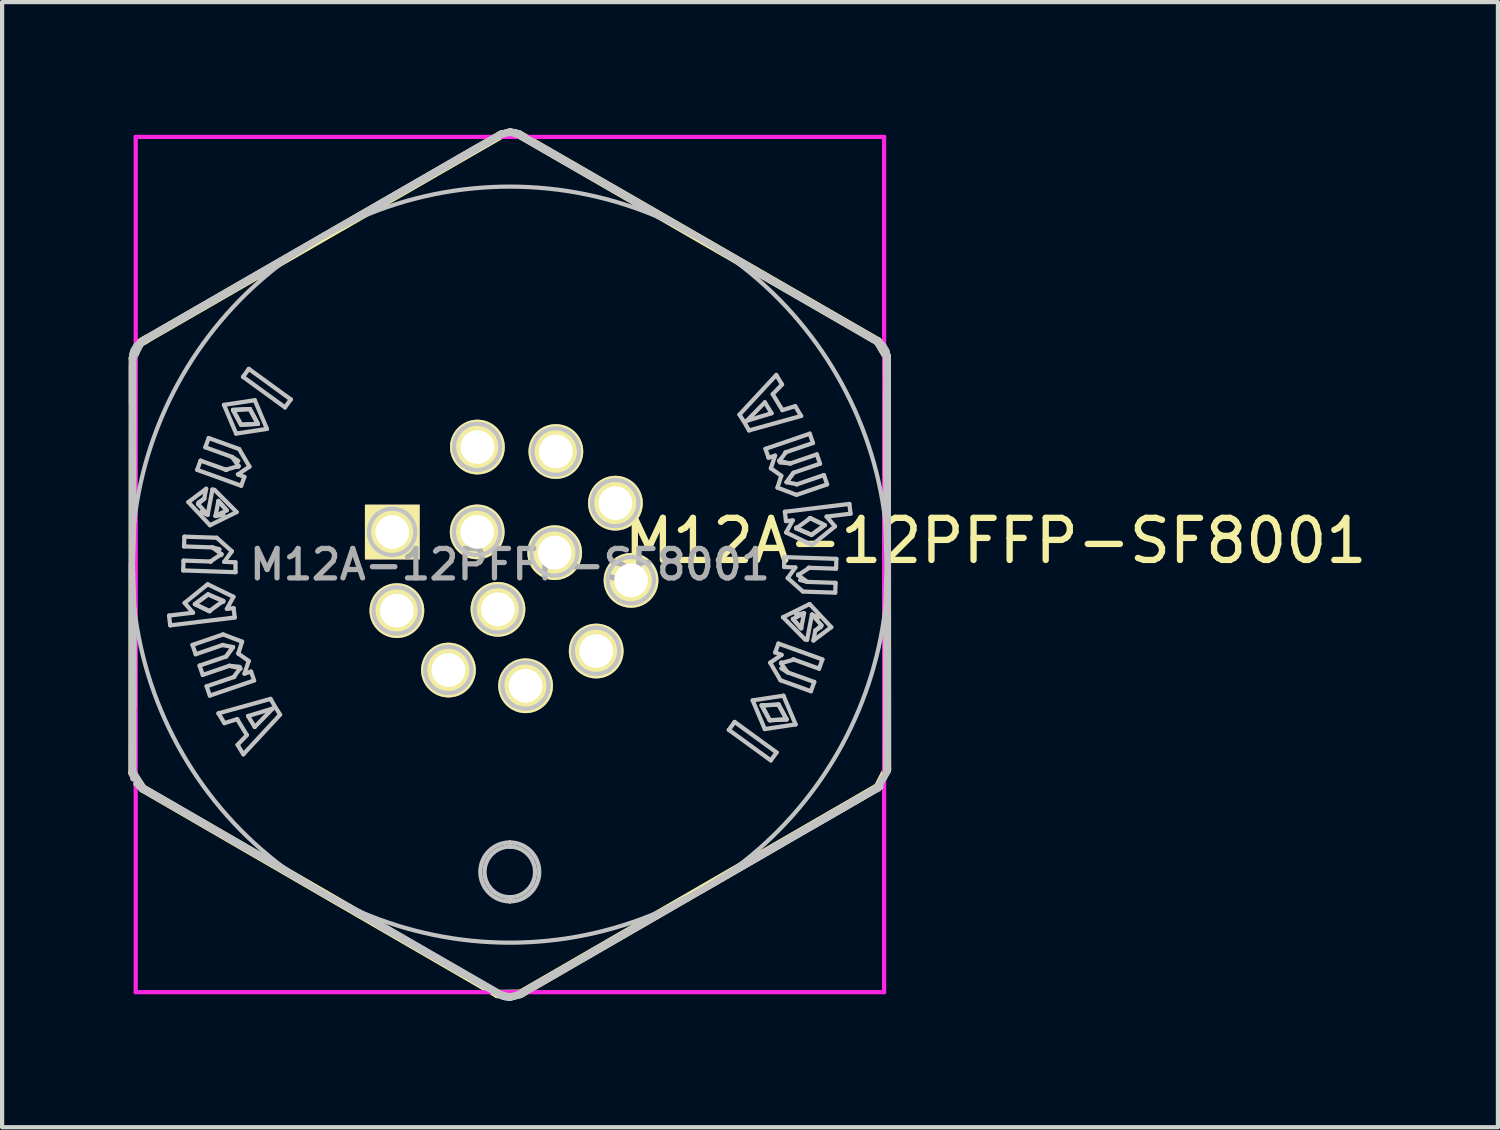
<source format=kicad_pcb>
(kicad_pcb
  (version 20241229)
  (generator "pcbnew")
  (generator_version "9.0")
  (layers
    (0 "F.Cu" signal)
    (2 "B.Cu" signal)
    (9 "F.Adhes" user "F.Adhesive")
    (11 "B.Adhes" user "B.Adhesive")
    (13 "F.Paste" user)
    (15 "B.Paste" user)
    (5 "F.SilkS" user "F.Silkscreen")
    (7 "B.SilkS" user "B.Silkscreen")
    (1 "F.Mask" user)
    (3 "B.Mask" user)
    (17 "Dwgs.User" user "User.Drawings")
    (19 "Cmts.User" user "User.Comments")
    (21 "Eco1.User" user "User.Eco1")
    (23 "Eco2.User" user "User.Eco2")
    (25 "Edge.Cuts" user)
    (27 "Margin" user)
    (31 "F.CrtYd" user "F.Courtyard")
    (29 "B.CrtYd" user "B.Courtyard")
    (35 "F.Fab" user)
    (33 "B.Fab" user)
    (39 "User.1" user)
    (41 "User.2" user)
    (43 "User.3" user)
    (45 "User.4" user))
  (footprint "M12A-12PFFP-SF8001"
    (layer "F.Cu")
    (at 9.064 10.362)
    (property "Reference" "M12A-12PFFP-SF8001" (at 11.539 -0.564 0) (layer "F.SilkS") (effects (font (size 1 1) (thickness 0.15))))
    (attr through_hole)
    (fp_line (start -8.964 4.953) (end -8.956 -4.9) (stroke (width 0.2) (type solid)) (layer "F.SilkS"))
    (fp_line (start -8.956 -4.9) (end -8.811 -5.25) (stroke (width 0.2) (type solid)) (layer "F.SilkS"))
    (fp_line (start -8.811 -5.25) (end -8.621 -5.364) (stroke (width 0.2) (type solid)) (layer "F.SilkS"))
    (fp_line (start -8.727 5.319) (end -8.964 4.953) (stroke (width 0.2) (type solid)) (layer "F.SilkS"))
    (fp_line (start -8.712 -5.311) (end -0.193 -10.218) (stroke (width 0.2) (type solid)) (layer "F.SilkS"))
    (fp_line (start -0.292 10.203) (end -8.727 5.319) (stroke (width 0.2) (type solid)) (layer "F.SilkS"))
    (fp_line (start -0.193 -10.218) (end 0.218 -10.218) (stroke (width 0.2) (type solid)) (layer "F.SilkS"))
    (fp_line (start 0.218 -10.218) (end 8.738 -5.304) (stroke (width 0.2) (type solid)) (layer "F.SilkS"))
    (fp_line (start 0.257 10.196) (end -0.292 10.203) (stroke (width 0.2) (type solid)) (layer "F.SilkS"))
    (fp_line (start 8.738 -5.304) (end 8.951 -4.945) (stroke (width 0.2) (type solid)) (layer "F.SilkS"))
    (fp_line (start 8.745 5.288) (end 0.257 10.196) (stroke (width 0.2) (type solid)) (layer "F.SilkS"))
    (fp_line (start 8.951 -4.945) (end 8.959 4.869) (stroke (width 0.2) (type solid)) (layer "F.SilkS"))
    (fp_line (start 8.959 4.869) (end 8.745 5.288) (stroke (width 0.2) (type solid)) (layer "F.SilkS"))
    (fp_line (start -9.003 -4.698) (end -9.003 -3.825) (stroke (width 0.1) (type solid)) (layer "Dwgs.User"))
    (fp_line (start -9.003 -4.698) (end -9.003 -4.7) (stroke (width 0.1) (type solid)) (layer "Dwgs.User"))
    (fp_line (start -9.003 0.002) (end -9.003 4.703) (stroke (width 0.1) (type solid)) (layer "Dwgs.User"))
    (fp_line (start -9.003 0.002) (end -9.003 4.91) (stroke (width 0.1) (type solid)) (layer "Dwgs.User"))
    (fp_line (start -9.003 0.002) (end -8.955 0.002) (stroke (width 0.1) (type solid)) (layer "Dwgs.User"))
    (fp_line (start -9.003 4.91) (end -9.003 0.002) (stroke (width 0.1) (type solid)) (layer "Dwgs.User"))
    (fp_line (start -9.003 -4.905) (end -9.003 0.002) (stroke (width 0.1) (type solid)) (layer "Dwgs.User"))
    (fp_line (start -9.003 -4.905) (end -8.753 -5.338) (stroke (width 0.1) (type solid)) (layer "Dwgs.User"))
    (fp_line (start -9.003 4.706) (end -9.003 4.703) (stroke (width 0.1) (type solid)) (layer "Dwgs.User"))
    (fp_line (start -9.003 4.91) (end -8.753 5.343) (stroke (width 0.1) (type solid)) (layer "Dwgs.User"))
    (fp_line (start -9.003 4.91) (end -8.921 4.92) (stroke (width 0.1) (type solid)) (layer "Dwgs.User"))
    (fp_line (start -8.993 -5) (end -9.003 -4.905) (stroke (width 0.1) (type solid)) (layer "Dwgs.User"))
    (fp_line (start -8.991 5.015) (end -9.003 4.91) (stroke (width 0.1) (type solid)) (layer "Dwgs.User"))
    (fp_line (start -8.972 -5.078) (end -8.991 -5.011) (stroke (width 0.1) (type solid)) (layer "Dwgs.User"))
    (fp_line (start -8.965 5.101) (end -8.974 5.078) (stroke (width 0.1) (type solid)) (layer "Dwgs.User"))
    (fp_line (start -8.955 0.002) (end -8.923 1.041) (stroke (width 0.1) (type solid)) (layer "Dwgs.User"))
    (fp_line (start -8.923 -1.036) (end -8.955 0.002) (stroke (width 0.1) (type solid)) (layer "Dwgs.User"))
    (fp_line (start -8.923 1.041) (end -8.921 4.919) (stroke (width 0.1) (type solid)) (layer "Dwgs.User"))
    (fp_line (start -8.922 3.376) (end -8.923 1.04) (stroke (width 0.1) (type solid)) (layer "Dwgs.User"))
    (fp_line (start -8.921 4.919) (end -8.722 5.266) (stroke (width 0.1) (type solid)) (layer "Dwgs.User"))
    (fp_line (start -8.921 -4.917) (end -8.923 -1.036) (stroke (width 0.1) (type solid)) (layer "Dwgs.User"))
    (fp_line (start -8.921 -4.915) (end -9.003 -4.905) (stroke (width 0.1) (type solid)) (layer "Dwgs.User"))
    (fp_line (start -8.9 -5.208) (end -8.963 -5.1) (stroke (width 0.1) (type solid)) (layer "Dwgs.User"))
    (fp_line (start -8.887 5.23) (end -8.902 5.211) (stroke (width 0.1) (type solid)) (layer "Dwgs.User"))
    (fp_line (start -8.753 -5.338) (end -8.884 -5.229) (stroke (width 0.1) (type solid)) (layer "Dwgs.User"))
    (fp_line (start -8.753 5.343) (end -4.429 7.839) (stroke (width 0.1) (type solid)) (layer "Dwgs.User"))
    (fp_line (start -8.753 -5.338) (end -4.429 -7.834) (stroke (width 0.1) (type solid)) (layer "Dwgs.User"))
    (fp_line (start -8.753 5.343) (end -9.003 4.91) (stroke (width 0.1) (type solid)) (layer "Dwgs.User"))
    (fp_line (start -8.753 5.343) (end -4.429 7.839) (stroke (width 0.1) (type solid)) (layer "Dwgs.User"))
    (fp_line (start -8.753 -5.338) (end -8.72 -5.262) (stroke (width 0.1) (type solid)) (layer "Dwgs.User"))
    (fp_line (start -8.753 -5.338) (end -9.003 -4.905) (stroke (width 0.1) (type solid)) (layer "Dwgs.User"))
    (fp_line (start -8.753 5.343) (end -8.837 5.282) (stroke (width 0.1) (type solid)) (layer "Dwgs.User"))
    (fp_line (start -8.723 -5.26) (end -8.921 -4.917) (stroke (width 0.1) (type solid)) (layer "Dwgs.User"))
    (fp_line (start -8.722 5.266) (end -5.363 7.209) (stroke (width 0.1) (type solid)) (layer "Dwgs.User"))
    (fp_line (start -8.72 5.267) (end -8.753 5.343) (stroke (width 0.1) (type solid)) (layer "Dwgs.User"))
    (fp_line (start -8.098 1.213) (end -7.528 1.144) (stroke (width 0.1) (type solid)) (layer "Dwgs.User"))
    (fp_line (start -8.07 1.445) (end -8.098 1.213) (stroke (width 0.1) (type solid)) (layer "Dwgs.User"))
    (fp_line (start -7.762 0.14) (end -7.754 -0.094) (stroke (width 0.1) (type solid)) (layer "Dwgs.User"))
    (fp_line (start -7.754 -0.094) (end -7.117 -0.072) (stroke (width 0.1) (type solid)) (layer "Dwgs.User"))
    (fp_line (start -7.742 -0.43) (end -7.734 -0.663) (stroke (width 0.1) (type solid)) (layer "Dwgs.User"))
    (fp_line (start -7.734 -0.663) (end -6.966 -0.637) (stroke (width 0.1) (type solid)) (layer "Dwgs.User"))
    (fp_line (start -7.728 0.912) (end -7.18 0.469) (stroke (width 0.1) (type solid)) (layer "Dwgs.User"))
    (fp_line (start -7.639 -1.483) (end -7.216 -1.8) (stroke (width 0.1) (type solid)) (layer "Dwgs.User"))
    (fp_line (start -7.541 1.909) (end -6.814 1.66) (stroke (width 0.1) (type solid)) (layer "Dwgs.User"))
    (fp_line (start -7.528 1.144) (end -7.728 0.912) (stroke (width 0.1) (type solid)) (layer "Dwgs.User"))
    (fp_line (start -7.483 0.941) (end -7.141 1.107) (stroke (width 0.1) (type solid)) (layer "Dwgs.User"))
    (fp_line (start -7.483 0.941) (end -7.141 1.107) (stroke (width 0.1) (type solid)) (layer "Dwgs.User"))
    (fp_line (start -7.465 2.131) (end -7.541 1.909) (stroke (width 0.1) (type solid)) (layer "Dwgs.User"))
    (fp_line (start -7.429 -2.249) (end -7.35 -2.469) (stroke (width 0.1) (type solid)) (layer "Dwgs.User"))
    (fp_line (start -7.409 -1.439) (end -7.181 -1.183) (stroke (width 0.1) (type solid)) (layer "Dwgs.User"))
    (fp_line (start -7.373 2.401) (end -6.742 2.185) (stroke (width 0.1) (type solid)) (layer "Dwgs.User"))
    (fp_line (start -7.35 -2.469) (end -6.75 -2.253) (stroke (width 0.1) (type solid)) (layer "Dwgs.User"))
    (fp_line (start -7.335 -1.247) (end -7.181 -1.183) (stroke (width 0.1) (type solid)) (layer "Dwgs.User"))
    (fp_line (start -7.297 2.622) (end -7.373 2.401) (stroke (width 0.1) (type solid)) (layer "Dwgs.User"))
    (fp_line (start -7.262 -1.564) (end -7.409 -1.439) (stroke (width 0.1) (type solid)) (layer "Dwgs.User"))
    (fp_line (start -7.262 -1.564) (end -7.396 -1.478) (stroke (width 0.1) (type solid)) (layer "Dwgs.User"))
    (fp_line (start -7.236 -2.785) (end -7.156 -3.005) (stroke (width 0.1) (type solid)) (layer "Dwgs.User"))
    (fp_line (start -7.216 -1.8) (end -7.262 -1.564) (stroke (width 0.1) (type solid)) (layer "Dwgs.User"))
    (fp_line (start -7.205 2.893) (end -6.564 2.674) (stroke (width 0.1) (type solid)) (layer "Dwgs.User"))
    (fp_line (start -7.181 -1.183) (end -7.067 -1.782) (stroke (width 0.1) (type solid)) (layer "Dwgs.User"))
    (fp_line (start -7.18 0.469) (end -6.568 0.766) (stroke (width 0.1) (type solid)) (layer "Dwgs.User"))
    (fp_line (start -7.172 0.71) (end -7.483 0.941) (stroke (width 0.1) (type solid)) (layer "Dwgs.User"))
    (fp_line (start -7.172 0.71) (end -7.483 0.941) (stroke (width 0.1) (type solid)) (layer "Dwgs.User"))
    (fp_line (start -7.156 -3.005) (end -6.433 -2.744) (stroke (width 0.1) (type solid)) (layer "Dwgs.User"))
    (fp_line (start -7.141 1.107) (end -7.121 1.104) (stroke (width 0.1) (type solid)) (layer "Dwgs.User"))
    (fp_line (start -7.141 1.107) (end -6.81 0.866) (stroke (width 0.1) (type solid)) (layer "Dwgs.User"))
    (fp_line (start -7.129 3.114) (end -7.205 2.893) (stroke (width 0.1) (type solid)) (layer "Dwgs.User"))
    (fp_line (start -7.125 -0.934) (end -7.639 -1.483) (stroke (width 0.1) (type solid)) (layer "Dwgs.User"))
    (fp_line (start -7.117 -0.072) (end -7.097 -0.072) (stroke (width 0.1) (type solid)) (layer "Dwgs.User"))
    (fp_line (start -7.117 -0.072) (end -6.854 -0.247) (stroke (width 0.1) (type solid)) (layer "Dwgs.User"))
    (fp_line (start -7.068 -0.407) (end -7.742 -0.43) (stroke (width 0.1) (type solid)) (layer "Dwgs.User"))
    (fp_line (start -7.067 -1.782) (end -7.015 -1.772) (stroke (width 0.1) (type solid)) (layer "Dwgs.User"))
    (fp_line (start -7.015 -1.772) (end -6.493 -1.246) (stroke (width 0.1) (type solid)) (layer "Dwgs.User"))
    (fp_line (start -6.994 -1.153) (end -6.804 -1.18) (stroke (width 0.1) (type solid)) (layer "Dwgs.User"))
    (fp_line (start -6.994 -1.153) (end -6.729 -1.288) (stroke (width 0.1) (type solid)) (layer "Dwgs.User"))
    (fp_line (start -6.966 -0.637) (end -6.605 -0.315) (stroke (width 0.1) (type solid)) (layer "Dwgs.User"))
    (fp_line (start -6.925 -1.51) (end -6.994 -1.153) (stroke (width 0.1) (type solid)) (layer "Dwgs.User"))
    (fp_line (start -6.924 3.535) (end -5.687 3.192) (stroke (width 0.1) (type solid)) (layer "Dwgs.User"))
    (fp_line (start -6.898 -0.362) (end -7.068 -0.407) (stroke (width 0.1) (type solid)) (layer "Dwgs.User"))
    (fp_line (start -6.856 -0.227) (end -6.854 -0.247) (stroke (width 0.1) (type solid)) (layer "Dwgs.User"))
    (fp_line (start -6.854 -0.247) (end -7.068 -0.407) (stroke (width 0.1) (type solid)) (layer "Dwgs.User"))
    (fp_line (start -6.827 1.912) (end -7.465 2.131) (stroke (width 0.1) (type solid)) (layer "Dwgs.User"))
    (fp_line (start -6.817 1.909) (end -6.827 1.912) (stroke (width 0.1) (type solid)) (layer "Dwgs.User"))
    (fp_line (start -6.814 1.66) (end -6.362 1.833) (stroke (width 0.1) (type solid)) (layer "Dwgs.User"))
    (fp_line (start -6.81 0.866) (end -7.172 0.71) (stroke (width 0.1) (type solid)) (layer "Dwgs.User"))
    (fp_line (start -6.81 0.866) (end -7.172 0.71) (stroke (width 0.1) (type solid)) (layer "Dwgs.User"))
    (fp_line (start -6.809 0.886) (end -6.81 0.866) (stroke (width 0.1) (type solid)) (layer "Dwgs.User"))
    (fp_line (start -6.793 -3.793) (end -6.061 -3.904) (stroke (width 0.1) (type solid)) (layer "Dwgs.User"))
    (fp_line (start -6.787 -0.064) (end -6.52 -0.053) (stroke (width 0.1) (type solid)) (layer "Dwgs.User"))
    (fp_line (start -6.783 3.768) (end -6.924 3.535) (stroke (width 0.1) (type solid)) (layer "Dwgs.User"))
    (fp_line (start -6.75 -2.253) (end -6.731 -2.246) (stroke (width 0.1) (type solid)) (layer "Dwgs.User"))
    (fp_line (start -6.75 -2.253) (end -6.446 -2.339) (stroke (width 0.1) (type solid)) (layer "Dwgs.User"))
    (fp_line (start -6.742 2.185) (end -6.578 1.961) (stroke (width 0.1) (type solid)) (layer "Dwgs.User"))
    (fp_line (start -6.742 2.185) (end -6.578 1.961) (stroke (width 0.1) (type solid)) (layer "Dwgs.User"))
    (fp_line (start -6.729 -1.288) (end -6.925 -1.51) (stroke (width 0.1) (type solid)) (layer "Dwgs.User"))
    (fp_line (start -6.729 -1.288) (end -6.925 -1.51) (stroke (width 0.1) (type solid)) (layer "Dwgs.User"))
    (fp_line (start -6.724 1.053) (end -6.564 1.037) (stroke (width 0.1) (type solid)) (layer "Dwgs.User"))
    (fp_line (start -6.665 2.406) (end -7.297 2.622) (stroke (width 0.1) (type solid)) (layer "Dwgs.User"))
    (fp_line (start -6.605 -0.315) (end -6.787 -0.064) (stroke (width 0.1) (type solid)) (layer "Dwgs.User"))
    (fp_line (start -6.601 -2.556) (end -7.236 -2.785) (stroke (width 0.1) (type solid)) (layer "Dwgs.User"))
    (fp_line (start -6.578 1.961) (end -6.827 1.912) (stroke (width 0.1) (type solid)) (layer "Dwgs.User"))
    (fp_line (start -6.578 -3.673) (end -6.387 -3.321) (stroke (width 0.1) (type solid)) (layer "Dwgs.User"))
    (fp_line (start -6.578 -3.673) (end -6.387 -3.321) (stroke (width 0.1) (type solid)) (layer "Dwgs.User"))
    (fp_line (start -6.568 0.766) (end -6.724 1.053) (stroke (width 0.1) (type solid)) (layer "Dwgs.User"))
    (fp_line (start -6.564 1.037) (end -6.537 1.259) (stroke (width 0.1) (type solid)) (layer "Dwgs.User"))
    (fp_line (start -6.564 2.674) (end -6.545 2.667) (stroke (width 0.1) (type solid)) (layer "Dwgs.User"))
    (fp_line (start -6.564 2.674) (end -6.406 2.466) (stroke (width 0.1) (type solid)) (layer "Dwgs.User"))
    (fp_line (start -6.537 1.259) (end -8.07 1.445) (stroke (width 0.1) (type solid)) (layer "Dwgs.User"))
    (fp_line (start -6.518 0.182) (end -7.762 0.14) (stroke (width 0.1) (type solid)) (layer "Dwgs.User"))
    (fp_line (start -6.504 -3.111) (end -6.793 -3.793) (stroke (width 0.1) (type solid)) (layer "Dwgs.User"))
    (fp_line (start -6.493 -1.246) (end -7.125 -0.934) (stroke (width 0.1) (type solid)) (layer "Dwgs.User"))
    (fp_line (start -6.479 3.673) (end -6.783 3.768) (stroke (width 0.1) (type solid)) (layer "Dwgs.User"))
    (fp_line (start -6.47 4.283) (end -6.249 4.052) (stroke (width 0.1) (type solid)) (layer "Dwgs.User"))
    (fp_line (start -6.46 -2.141) (end -6.308 -2.082) (stroke (width 0.1) (type solid)) (layer "Dwgs.User"))
    (fp_line (start -6.454 -2.32) (end -6.446 -2.339) (stroke (width 0.1) (type solid)) (layer "Dwgs.User"))
    (fp_line (start -6.453 2.115) (end -6.205 2.291) (stroke (width 0.1) (type solid)) (layer "Dwgs.User"))
    (fp_line (start -6.453 -2.462) (end -6.601 -2.556) (stroke (width 0.1) (type solid)) (layer "Dwgs.User"))
    (fp_line (start -6.446 -2.339) (end -6.601 -2.556) (stroke (width 0.1) (type solid)) (layer "Dwgs.User"))
    (fp_line (start -6.433 -2.744) (end -6.188 -2.327) (stroke (width 0.1) (type solid)) (layer "Dwgs.User"))
    (fp_line (start -6.422 2.43) (end -6.665 2.406) (stroke (width 0.1) (type solid)) (layer "Dwgs.User"))
    (fp_line (start -6.406 2.466) (end -6.665 2.406) (stroke (width 0.1) (type solid)) (layer "Dwgs.User"))
    (fp_line (start -6.403 2.476) (end -6.406 2.466) (stroke (width 0.1) (type solid)) (layer "Dwgs.User"))
    (fp_line (start -6.387 -3.321) (end -5.987 -3.342) (stroke (width 0.1) (type solid)) (layer "Dwgs.User"))
    (fp_line (start -6.387 -3.321) (end -5.987 -3.342) (stroke (width 0.1) (type solid)) (layer "Dwgs.User"))
    (fp_line (start -6.384 -1.872) (end -7.429 -2.249) (stroke (width 0.1) (type solid)) (layer "Dwgs.User"))
    (fp_line (start -6.362 1.833) (end -6.453 2.115) (stroke (width 0.1) (type solid)) (layer "Dwgs.User"))
    (fp_line (start -6.341 -4.459) (end -6.203 -4.648) (stroke (width 0.1) (type solid)) (layer "Dwgs.User"))
    (fp_line (start -6.333 4.509) (end -6.47 4.283) (stroke (width 0.1) (type solid)) (layer "Dwgs.User"))
    (fp_line (start -6.308 -2.082) (end -6.384 -1.872) (stroke (width 0.1) (type solid)) (layer "Dwgs.User"))
    (fp_line (start -6.305 2.592) (end -6.15 2.543) (stroke (width 0.1) (type solid)) (layer "Dwgs.User"))
    (fp_line (start -6.249 4.052) (end -6.479 3.673) (stroke (width 0.1) (type solid)) (layer "Dwgs.User"))
    (fp_line (start -6.221 3.599) (end -6.062 3.86) (stroke (width 0.1) (type solid)) (layer "Dwgs.User"))
    (fp_line (start -6.205 2.291) (end -6.305 2.592) (stroke (width 0.1) (type solid)) (layer "Dwgs.User"))
    (fp_line (start -6.203 -4.648) (end -5.206 -3.923) (stroke (width 0.1) (type solid)) (layer "Dwgs.User"))
    (fp_line (start -6.188 -2.327) (end -6.46 -2.141) (stroke (width 0.1) (type solid)) (layer "Dwgs.User"))
    (fp_line (start -6.178 -3.694) (end -6.578 -3.673) (stroke (width 0.1) (type solid)) (layer "Dwgs.User"))
    (fp_line (start -6.178 -3.694) (end -6.578 -3.673) (stroke (width 0.1) (type solid)) (layer "Dwgs.User"))
    (fp_line (start -6.15 2.543) (end -6.077 2.754) (stroke (width 0.1) (type solid)) (layer "Dwgs.User"))
    (fp_line (start -6.077 2.754) (end -7.129 3.114) (stroke (width 0.1) (type solid)) (layer "Dwgs.User"))
    (fp_line (start -6.062 3.86) (end -5.635 3.421) (stroke (width 0.1) (type solid)) (layer "Dwgs.User"))
    (fp_line (start -6.061 -3.904) (end -5.772 -3.222) (stroke (width 0.1) (type solid)) (layer "Dwgs.User"))
    (fp_line (start -5.987 -3.342) (end -6.178 -3.694) (stroke (width 0.1) (type solid)) (layer "Dwgs.User"))
    (fp_line (start -5.987 -3.342) (end -6.178 -3.694) (stroke (width 0.1) (type solid)) (layer "Dwgs.User"))
    (fp_line (start -5.772 -3.222) (end -6.504 -3.111) (stroke (width 0.1) (type solid)) (layer "Dwgs.User"))
    (fp_line (start -5.635 3.421) (end -6.221 3.599) (stroke (width 0.1) (type solid)) (layer "Dwgs.User"))
    (fp_line (start -5.46 3.567) (end -6.333 4.509) (stroke (width 0.1) (type solid)) (layer "Dwgs.User"))
    (fp_line (start -5.363 -7.203) (end -8.723 -5.26) (stroke (width 0.1) (type solid)) (layer "Dwgs.User"))
    (fp_line (start -5.362 7.209) (end -4.405 7.798) (stroke (width 0.1) (type solid)) (layer "Dwgs.User"))
    (fp_line (start -5.362 -7.204) (end -4.951 -7.471) (stroke (width 0.1) (type solid)) (layer "Dwgs.User"))
    (fp_line (start -5.343 -3.734) (end -6.341 -4.459) (stroke (width 0.1) (type solid)) (layer "Dwgs.User"))
    (fp_line (start -4.429 -7.834) (end -4.406 -7.793) (stroke (width 0.1) (type solid)) (layer "Dwgs.User"))
    (fp_line (start -4.429 -7.834) (end -8.753 -5.338) (stroke (width 0.1) (type solid)) (layer "Dwgs.User"))
    (fp_line (start -4.429 7.839) (end -8.753 5.343) (stroke (width 0.1) (type solid)) (layer "Dwgs.User"))
    (fp_line (start -4.429 -7.834) (end -0.766 -9.949) (stroke (width 0.1) (type solid)) (layer "Dwgs.User"))
    (fp_line (start -4.429 7.839) (end -4.405 7.798) (stroke (width 0.1) (type solid)) (layer "Dwgs.User"))
    (fp_line (start -4.429 7.839) (end -0.253 10.251) (stroke (width 0.1) (type solid)) (layer "Dwgs.User"))
    (fp_line (start -4.406 -7.793) (end -5.363 -7.204) (stroke (width 0.1) (type solid)) (layer "Dwgs.User"))
    (fp_line (start -4.405 7.798) (end -3.563 8.247) (stroke (width 0.1) (type solid)) (layer "Dwgs.User"))
    (fp_line (start -3.563 -8.243) (end -4.406 -7.793) (stroke (width 0.1) (type solid)) (layer "Dwgs.User"))
    (fp_line (start -3.561 8.248) (end -0.201 10.185) (stroke (width 0.1) (type solid)) (layer "Dwgs.User"))
    (fp_line (start -3.092 -0.719) (end -2.797 -0.772) (stroke (width 0.1) (type solid)) (layer "Dwgs.User"))
    (fp_line (start -2.984 1.148) (end -2.689 1.095) (stroke (width 0.1) (type solid)) (layer "Dwgs.User"))
    (fp_line (start -2.502 -0.826) (end -2.797 -0.772) (stroke (width 0.1) (type solid)) (layer "Dwgs.User"))
    (fp_line (start -2.394 1.041) (end -2.689 1.095) (stroke (width 0.1) (type solid)) (layer "Dwgs.User"))
    (fp_line (start -1.759 2.561) (end -1.463 2.508) (stroke (width 0.1) (type solid)) (layer "Dwgs.User"))
    (fp_line (start -1.556 -9.4) (end -1.224 -9.591) (stroke (width 0.1) (type solid)) (layer "Dwgs.User"))
    (fp_line (start -1.168 2.454) (end -1.463 2.508) (stroke (width 0.1) (type solid)) (layer "Dwgs.User"))
    (fp_line (start -1.094 9.765) (end -4.429 7.839) (stroke (width 0.1) (type solid)) (layer "Dwgs.User"))
    (fp_line (start -1.076 -0.722) (end -0.78 -0.775) (stroke (width 0.1) (type solid)) (layer "Dwgs.User"))
    (fp_line (start -1.073 -2.738) (end -0.778 -2.792) (stroke (width 0.1) (type solid)) (layer "Dwgs.User"))
    (fp_line (start -0.582 1.119) (end -0.287 1.065) (stroke (width 0.1) (type solid)) (layer "Dwgs.User"))
    (fp_line (start -0.485 -0.829) (end -0.78 -0.775) (stroke (width 0.1) (type solid)) (layer "Dwgs.User"))
    (fp_line (start -0.482 -2.846) (end -0.778 -2.792) (stroke (width 0.1) (type solid)) (layer "Dwgs.User"))
    (fp_line (start -0.253 -10.245) (end -4.429 -7.834) (stroke (width 0.1) (type solid)) (layer "Dwgs.User"))
    (fp_line (start -0.253 -10.245) (end -0.003 -10.312) (stroke (width 0.1) (type solid)) (layer "Dwgs.User"))
    (fp_line (start -0.253 10.251) (end -0.177 10.286) (stroke (width 0.1) (type solid)) (layer "Dwgs.User"))
    (fp_line (start -0.253 10.25) (end -0.154 10.294) (stroke (width 0.1) (type solid)) (layer "Dwgs.User"))
    (fp_line (start -0.253 10.25) (end -0.203 10.184) (stroke (width 0.1) (type solid)) (layer "Dwgs.User"))
    (fp_line (start -0.203 -10.179) (end -0.253 -10.245) (stroke (width 0.1) (type solid)) (layer "Dwgs.User"))
    (fp_line (start -0.201 10.185) (end -0.003 10.238) (stroke (width 0.1) (type solid)) (layer "Dwgs.User"))
    (fp_line (start -0.2 -10.181) (end -3.562 -8.243) (stroke (width 0.1) (type solid)) (layer "Dwgs.User"))
    (fp_line (start -0.153 10.294) (end -0.152 10.295) (stroke (width 0.1) (type solid)) (layer "Dwgs.User"))
    (fp_line (start -0.152 10.295) (end -0.152 10.295) (stroke (width 0.1) (type solid)) (layer "Dwgs.User"))
    (fp_line (start -0.121 10.303) (end -0.12 10.304) (stroke (width 0.1) (type solid)) (layer "Dwgs.User"))
    (fp_line (start -0.093 10.309) (end -0.059 10.314) (stroke (width 0.1) (type solid)) (layer "Dwgs.User"))
    (fp_line (start -0.033 10.317) (end -0.003 10.317) (stroke (width 0.1) (type solid)) (layer "Dwgs.User"))
    (fp_line (start -0.025 10.317) (end -0.003 10.317) (stroke (width 0.1) (type solid)) (layer "Dwgs.User"))
    (fp_line (start -0.003 -10.312) (end -0.253 -10.245) (stroke (width 0.1) (type solid)) (layer "Dwgs.User"))
    (fp_line (start -0.003 -10.312) (end 0.247 -10.245) (stroke (width 0.1) (type solid)) (layer "Dwgs.User"))
    (fp_line (start -0.003 -10.312) (end -0.003 -10.233) (stroke (width 0.1) (type solid)) (layer "Dwgs.User"))
    (fp_line (start -0.003 -10.312) (end -0.251 -10.246) (stroke (width 0.1) (type solid)) (layer "Dwgs.User"))
    (fp_line (start -0.003 -10.312) (end 0.246 -10.246) (stroke (width 0.1) (type solid)) (layer "Dwgs.User"))
    (fp_line (start -0.003 -10.233) (end -0.2 -10.181) (stroke (width 0.1) (type solid)) (layer "Dwgs.User"))
    (fp_line (start -0.003 6.603) (end -0.003 6.703) (stroke (width 0.1) (type solid)) (layer "Dwgs.User"))
    (fp_line (start -0.003 8.003) (end -0.003 7.903) (stroke (width 0.1) (type solid)) (layer "Dwgs.User"))
    (fp_line (start -0.003 10.238) (end 0.195 10.186) (stroke (width 0.1) (type solid)) (layer "Dwgs.User"))
    (fp_line (start -0.003 10.317) (end -0.251 10.251) (stroke (width 0.1) (type solid)) (layer "Dwgs.User"))
    (fp_line (start -0.003 10.317) (end 0.245 10.252) (stroke (width 0.1) (type solid)) (layer "Dwgs.User"))
    (fp_line (start -0.003 10.317) (end -0.003 10.238) (stroke (width 0.1) (type solid)) (layer "Dwgs.User"))
    (fp_line (start -0.003 10.317) (end -0.253 10.251) (stroke (width 0.1) (type solid)) (layer "Dwgs.User"))
    (fp_line (start -0.003 10.317) (end 0.247 10.251) (stroke (width 0.1) (type solid)) (layer "Dwgs.User"))
    (fp_line (start 0.008 1.011) (end -0.287 1.065) (stroke (width 0.1) (type solid)) (layer "Dwgs.User"))
    (fp_line (start 0.019 -10.312) (end -0.003 -10.312) (stroke (width 0.1) (type solid)) (layer "Dwgs.User"))
    (fp_line (start 0.028 -10.311) (end -0.003 -10.312) (stroke (width 0.1) (type solid)) (layer "Dwgs.User"))
    (fp_line (start 0.075 2.932) (end 0.37 2.879) (stroke (width 0.1) (type solid)) (layer "Dwgs.User"))
    (fp_line (start 0.088 -10.304) (end 0.053 -10.309) (stroke (width 0.1) (type solid)) (layer "Dwgs.User"))
    (fp_line (start 0.116 -10.298) (end 0.115 -10.298) (stroke (width 0.1) (type solid)) (layer "Dwgs.User"))
    (fp_line (start 0.147 -10.29) (end 0.147 -10.29) (stroke (width 0.1) (type solid)) (layer "Dwgs.User"))
    (fp_line (start 0.148 -10.289) (end 0.147 -10.29) (stroke (width 0.1) (type solid)) (layer "Dwgs.User"))
    (fp_line (start 0.195 -10.181) (end -0.003 -10.233) (stroke (width 0.1) (type solid)) (layer "Dwgs.User"))
    (fp_line (start 0.195 10.186) (end 3.555 8.249) (stroke (width 0.1) (type solid)) (layer "Dwgs.User"))
    (fp_line (start 0.198 10.184) (end 0.247 10.251) (stroke (width 0.1) (type solid)) (layer "Dwgs.User"))
    (fp_line (start 0.247 -10.245) (end 0.198 -10.179) (stroke (width 0.1) (type solid)) (layer "Dwgs.User"))
    (fp_line (start 0.247 -10.245) (end 0.148 -10.289) (stroke (width 0.1) (type solid)) (layer "Dwgs.User"))
    (fp_line (start 0.247 -10.245) (end 0.171 -10.281) (stroke (width 0.1) (type solid)) (layer "Dwgs.User"))
    (fp_line (start 0.247 10.251) (end -0.003 10.317) (stroke (width 0.1) (type solid)) (layer "Dwgs.User"))
    (fp_line (start 0.247 10.251) (end 4.562 7.759) (stroke (width 0.1) (type solid)) (layer "Dwgs.User"))
    (fp_line (start 0.247 -10.245) (end 4.562 -7.755) (stroke (width 0.1) (type solid)) (layer "Dwgs.User"))
    (fp_line (start 0.247 10.251) (end 1.198 9.702) (stroke (width 0.1) (type solid)) (layer "Dwgs.User"))
    (fp_line (start 0.665 2.825) (end 0.37 2.879) (stroke (width 0.1) (type solid)) (layer "Dwgs.User"))
    (fp_line (start 0.765 -0.228) (end 1.06 -0.282) (stroke (width 0.1) (type solid)) (layer "Dwgs.User"))
    (fp_line (start 0.792 -9.931) (end 4.562 -7.755) (stroke (width 0.1) (type solid)) (layer "Dwgs.User"))
    (fp_line (start 0.795 -2.63) (end 1.09 -2.684) (stroke (width 0.1) (type solid)) (layer "Dwgs.User"))
    (fp_line (start 1.355 -0.336) (end 1.06 -0.282) (stroke (width 0.1) (type solid)) (layer "Dwgs.User"))
    (fp_line (start 1.385 -2.738) (end 1.09 -2.684) (stroke (width 0.1) (type solid)) (layer "Dwgs.User"))
    (fp_line (start 1.753 2.107) (end 2.048 2.053) (stroke (width 0.1) (type solid)) (layer "Dwgs.User"))
    (fp_line (start 2.207 -1.405) (end 2.503 -1.458) (stroke (width 0.1) (type solid)) (layer "Dwgs.User"))
    (fp_line (start 2.343 1.999) (end 2.048 2.053) (stroke (width 0.1) (type solid)) (layer "Dwgs.User"))
    (fp_line (start 2.578 0.429) (end 2.873 0.375) (stroke (width 0.1) (type solid)) (layer "Dwgs.User"))
    (fp_line (start 2.798 -1.512) (end 2.503 -1.458) (stroke (width 0.1) (type solid)) (layer "Dwgs.User"))
    (fp_line (start 3.169 0.321) (end 2.873 0.375) (stroke (width 0.1) (type solid)) (layer "Dwgs.User"))
    (fp_line (start 3.557 -8.243) (end 0.195 -10.181) (stroke (width 0.1) (type solid)) (layer "Dwgs.User"))
    (fp_line (start 3.558 8.247) (end 4.539 7.718) (stroke (width 0.1) (type solid)) (layer "Dwgs.User"))
    (fp_line (start 4.34 7.887) (end 0.734 9.969) (stroke (width 0.1) (type solid)) (layer "Dwgs.User"))
    (fp_line (start 4.539 -7.713) (end 3.558 -8.243) (stroke (width 0.1) (type solid)) (layer "Dwgs.User"))
    (fp_line (start 4.539 7.718) (end 5.357 7.209) (stroke (width 0.1) (type solid)) (layer "Dwgs.User"))
    (fp_line (start 4.562 -7.755) (end 8.747 -5.338) (stroke (width 0.1) (type solid)) (layer "Dwgs.User"))
    (fp_line (start 4.562 -7.754) (end 4.539 -7.713) (stroke (width 0.1) (type solid)) (layer "Dwgs.User"))
    (fp_line (start 4.562 -7.754) (end 0.247 -10.245) (stroke (width 0.1) (type solid)) (layer "Dwgs.User"))
    (fp_line (start 4.562 7.759) (end 4.539 7.718) (stroke (width 0.1) (type solid)) (layer "Dwgs.User"))
    (fp_line (start 4.562 7.759) (end 4.563 7.759) (stroke (width 0.1) (type solid)) (layer "Dwgs.User"))
    (fp_line (start 4.562 7.759) (end 8.05 5.746) (stroke (width 0.1) (type solid)) (layer "Dwgs.User"))
    (fp_line (start 5.338 3.739) (end 6.336 4.464) (stroke (width 0.1) (type solid)) (layer "Dwgs.User"))
    (fp_line (start 5.357 7.209) (end 8.717 5.266) (stroke (width 0.1) (type solid)) (layer "Dwgs.User"))
    (fp_line (start 5.358 -7.203) (end 4.539 -7.713) (stroke (width 0.1) (type solid)) (layer "Dwgs.User"))
    (fp_line (start 5.455 -3.562) (end 6.328 -4.504) (stroke (width 0.1) (type solid)) (layer "Dwgs.User"))
    (fp_line (start 5.63 -3.416) (end 6.216 -3.594) (stroke (width 0.1) (type solid)) (layer "Dwgs.User"))
    (fp_line (start 5.767 3.227) (end 6.499 3.116) (stroke (width 0.1) (type solid)) (layer "Dwgs.User"))
    (fp_line (start 5.982 3.348) (end 6.173 3.699) (stroke (width 0.1) (type solid)) (layer "Dwgs.User"))
    (fp_line (start 5.982 3.348) (end 6.173 3.699) (stroke (width 0.1) (type solid)) (layer "Dwgs.User"))
    (fp_line (start 6.056 3.909) (end 5.767 3.227) (stroke (width 0.1) (type solid)) (layer "Dwgs.User"))
    (fp_line (start 6.057 -3.855) (end 5.63 -3.416) (stroke (width 0.1) (type solid)) (layer "Dwgs.User"))
    (fp_line (start 6.072 -2.749) (end 7.124 -3.109) (stroke (width 0.1) (type solid)) (layer "Dwgs.User"))
    (fp_line (start 6.099 6.872) (end 4.563 7.759) (stroke (width 0.1) (type solid)) (layer "Dwgs.User"))
    (fp_line (start 6.145 -2.537) (end 6.072 -2.749) (stroke (width 0.1) (type solid)) (layer "Dwgs.User"))
    (fp_line (start 6.173 3.699) (end 6.573 3.678) (stroke (width 0.1) (type solid)) (layer "Dwgs.User"))
    (fp_line (start 6.173 3.699) (end 6.573 3.678) (stroke (width 0.1) (type solid)) (layer "Dwgs.User"))
    (fp_line (start 6.183 2.332) (end 6.455 2.146) (stroke (width 0.1) (type solid)) (layer "Dwgs.User"))
    (fp_line (start 6.198 4.653) (end 5.201 3.928) (stroke (width 0.1) (type solid)) (layer "Dwgs.User"))
    (fp_line (start 6.2 -2.286) (end 6.3 -2.587) (stroke (width 0.1) (type solid)) (layer "Dwgs.User"))
    (fp_line (start 6.216 -3.594) (end 6.057 -3.855) (stroke (width 0.1) (type solid)) (layer "Dwgs.User"))
    (fp_line (start 6.244 -4.047) (end 6.474 -3.668) (stroke (width 0.1) (type solid)) (layer "Dwgs.User"))
    (fp_line (start 6.3 -2.587) (end 6.145 -2.537) (stroke (width 0.1) (type solid)) (layer "Dwgs.User"))
    (fp_line (start 6.303 2.088) (end 6.379 1.877) (stroke (width 0.1) (type solid)) (layer "Dwgs.User"))
    (fp_line (start 6.328 -4.504) (end 6.465 -4.278) (stroke (width 0.1) (type solid)) (layer "Dwgs.User"))
    (fp_line (start 6.336 4.464) (end 6.198 4.653) (stroke (width 0.1) (type solid)) (layer "Dwgs.User"))
    (fp_line (start 6.357 -1.827) (end 6.448 -2.109) (stroke (width 0.1) (type solid)) (layer "Dwgs.User"))
    (fp_line (start 6.379 1.877) (end 7.424 2.254) (stroke (width 0.1) (type solid)) (layer "Dwgs.User"))
    (fp_line (start 6.382 3.326) (end 5.982 3.348) (stroke (width 0.1) (type solid)) (layer "Dwgs.User"))
    (fp_line (start 6.382 3.326) (end 5.982 3.348) (stroke (width 0.1) (type solid)) (layer "Dwgs.User"))
    (fp_line (start 6.398 -2.471) (end 6.401 -2.461) (stroke (width 0.1) (type solid)) (layer "Dwgs.User"))
    (fp_line (start 6.401 -2.461) (end 6.66 -2.401) (stroke (width 0.1) (type solid)) (layer "Dwgs.User"))
    (fp_line (start 6.417 -2.425) (end 6.66 -2.401) (stroke (width 0.1) (type solid)) (layer "Dwgs.User"))
    (fp_line (start 6.428 2.749) (end 6.183 2.332) (stroke (width 0.1) (type solid)) (layer "Dwgs.User"))
    (fp_line (start 6.441 2.344) (end 6.596 2.561) (stroke (width 0.1) (type solid)) (layer "Dwgs.User"))
    (fp_line (start 6.448 2.467) (end 6.596 2.561) (stroke (width 0.1) (type solid)) (layer "Dwgs.User"))
    (fp_line (start 6.448 -2.109) (end 6.2 -2.286) (stroke (width 0.1) (type solid)) (layer "Dwgs.User"))
    (fp_line (start 6.449 2.325) (end 6.441 2.344) (stroke (width 0.1) (type solid)) (layer "Dwgs.User"))
    (fp_line (start 6.455 2.146) (end 6.303 2.088) (stroke (width 0.1) (type solid)) (layer "Dwgs.User"))
    (fp_line (start 6.465 -4.278) (end 6.244 -4.047) (stroke (width 0.1) (type solid)) (layer "Dwgs.User"))
    (fp_line (start 6.474 -3.668) (end 6.778 -3.762) (stroke (width 0.1) (type solid)) (layer "Dwgs.User"))
    (fp_line (start 6.488 1.251) (end 7.12 0.939) (stroke (width 0.1) (type solid)) (layer "Dwgs.User"))
    (fp_line (start 6.499 3.116) (end 6.788 3.798) (stroke (width 0.1) (type solid)) (layer "Dwgs.User"))
    (fp_line (start 6.513 -0.177) (end 7.757 -0.135) (stroke (width 0.1) (type solid)) (layer "Dwgs.User"))
    (fp_line (start 6.532 -1.254) (end 8.065 -1.44) (stroke (width 0.1) (type solid)) (layer "Dwgs.User"))
    (fp_line (start 6.534 6.621) (end 4.563 7.759) (stroke (width 0.1) (type solid)) (layer "Dwgs.User"))
    (fp_line (start 6.559 -2.669) (end 6.401 -2.461) (stroke (width 0.1) (type solid)) (layer "Dwgs.User"))
    (fp_line (start 6.559 -2.669) (end 6.54 -2.662) (stroke (width 0.1) (type solid)) (layer "Dwgs.User"))
    (fp_line (start 6.559 -1.032) (end 6.532 -1.254) (stroke (width 0.1) (type solid)) (layer "Dwgs.User"))
    (fp_line (start 6.563 -0.761) (end 6.719 -1.048) (stroke (width 0.1) (type solid)) (layer "Dwgs.User"))
    (fp_line (start 6.573 3.678) (end 6.382 3.326) (stroke (width 0.1) (type solid)) (layer "Dwgs.User"))
    (fp_line (start 6.573 3.678) (end 6.382 3.326) (stroke (width 0.1) (type solid)) (layer "Dwgs.User"))
    (fp_line (start 6.573 -1.956) (end 6.822 -1.907) (stroke (width 0.1) (type solid)) (layer "Dwgs.User"))
    (fp_line (start 6.596 2.561) (end 7.231 2.79) (stroke (width 0.1) (type solid)) (layer "Dwgs.User"))
    (fp_line (start 6.6 0.321) (end 6.782 0.069) (stroke (width 0.1) (type solid)) (layer "Dwgs.User"))
    (fp_line (start 6.66 -2.401) (end 7.292 -2.617) (stroke (width 0.1) (type solid)) (layer "Dwgs.User"))
    (fp_line (start 6.719 -1.048) (end 6.559 -1.032) (stroke (width 0.1) (type solid)) (layer "Dwgs.User"))
    (fp_line (start 6.724 1.293) (end 6.92 1.515) (stroke (width 0.1) (type solid)) (layer "Dwgs.User"))
    (fp_line (start 6.724 1.293) (end 6.92 1.515) (stroke (width 0.1) (type solid)) (layer "Dwgs.User"))
    (fp_line (start 6.737 -2.18) (end 6.573 -1.956) (stroke (width 0.1) (type solid)) (layer "Dwgs.User"))
    (fp_line (start 6.737 -2.18) (end 6.573 -1.956) (stroke (width 0.1) (type solid)) (layer "Dwgs.User"))
    (fp_line (start 6.745 2.258) (end 6.441 2.344) (stroke (width 0.1) (type solid)) (layer "Dwgs.User"))
    (fp_line (start 6.745 2.258) (end 6.726 2.251) (stroke (width 0.1) (type solid)) (layer "Dwgs.User"))
    (fp_line (start 6.778 -3.762) (end 6.919 -3.53) (stroke (width 0.1) (type solid)) (layer "Dwgs.User"))
    (fp_line (start 6.782 0.069) (end 6.515 0.058) (stroke (width 0.1) (type solid)) (layer "Dwgs.User"))
    (fp_line (start 6.788 3.798) (end 6.056 3.909) (stroke (width 0.1) (type solid)) (layer "Dwgs.User"))
    (fp_line (start 6.804 -0.881) (end 6.805 -0.861) (stroke (width 0.1) (type solid)) (layer "Dwgs.User"))
    (fp_line (start 6.805 -0.861) (end 7.167 -0.705) (stroke (width 0.1) (type solid)) (layer "Dwgs.User"))
    (fp_line (start 6.805 -0.861) (end 7.167 -0.705) (stroke (width 0.1) (type solid)) (layer "Dwgs.User"))
    (fp_line (start 6.809 -1.655) (end 6.357 -1.827) (stroke (width 0.1) (type solid)) (layer "Dwgs.User"))
    (fp_line (start 6.812 -1.904) (end 6.822 -1.907) (stroke (width 0.1) (type solid)) (layer "Dwgs.User"))
    (fp_line (start 6.822 -1.907) (end 7.46 -2.126) (stroke (width 0.1) (type solid)) (layer "Dwgs.User"))
    (fp_line (start 6.849 0.252) (end 7.063 0.412) (stroke (width 0.1) (type solid)) (layer "Dwgs.User"))
    (fp_line (start 6.851 0.232) (end 6.849 0.252) (stroke (width 0.1) (type solid)) (layer "Dwgs.User"))
    (fp_line (start 6.893 0.367) (end 7.063 0.412) (stroke (width 0.1) (type solid)) (layer "Dwgs.User"))
    (fp_line (start 6.919 -3.53) (end 5.682 -3.187) (stroke (width 0.1) (type solid)) (layer "Dwgs.User"))
    (fp_line (start 6.92 1.515) (end 6.988 1.158) (stroke (width 0.1) (type solid)) (layer "Dwgs.User"))
    (fp_line (start 6.961 0.642) (end 6.6 0.321) (stroke (width 0.1) (type solid)) (layer "Dwgs.User"))
    (fp_line (start 6.988 1.158) (end 6.724 1.293) (stroke (width 0.1) (type solid)) (layer "Dwgs.User"))
    (fp_line (start 6.988 1.158) (end 6.799 1.185) (stroke (width 0.1) (type solid)) (layer "Dwgs.User"))
    (fp_line (start 7.01 1.777) (end 6.488 1.251) (stroke (width 0.1) (type solid)) (layer "Dwgs.User"))
    (fp_line (start 7.061 1.787) (end 7.01 1.777) (stroke (width 0.1) (type solid)) (layer "Dwgs.User"))
    (fp_line (start 7.063 0.412) (end 7.737 0.435) (stroke (width 0.1) (type solid)) (layer "Dwgs.User"))
    (fp_line (start 7.112 0.077) (end 6.849 0.252) (stroke (width 0.1) (type solid)) (layer "Dwgs.User"))
    (fp_line (start 7.112 0.077) (end 7.092 0.077) (stroke (width 0.1) (type solid)) (layer "Dwgs.User"))
    (fp_line (start 7.12 0.939) (end 7.634 1.488) (stroke (width 0.1) (type solid)) (layer "Dwgs.User"))
    (fp_line (start 7.124 -3.109) (end 7.2 -2.888) (stroke (width 0.1) (type solid)) (layer "Dwgs.User"))
    (fp_line (start 7.136 -1.102) (end 6.805 -0.861) (stroke (width 0.1) (type solid)) (layer "Dwgs.User"))
    (fp_line (start 7.136 -1.102) (end 7.115 -1.099) (stroke (width 0.1) (type solid)) (layer "Dwgs.User"))
    (fp_line (start 7.151 3.01) (end 6.428 2.749) (stroke (width 0.1) (type solid)) (layer "Dwgs.User"))
    (fp_line (start 7.167 -0.705) (end 7.478 -0.936) (stroke (width 0.1) (type solid)) (layer "Dwgs.User"))
    (fp_line (start 7.167 -0.705) (end 7.478 -0.936) (stroke (width 0.1) (type solid)) (layer "Dwgs.User"))
    (fp_line (start 7.175 -0.463) (end 6.563 -0.761) (stroke (width 0.1) (type solid)) (layer "Dwgs.User"))
    (fp_line (start 7.176 1.188) (end 7.061 1.787) (stroke (width 0.1) (type solid)) (layer "Dwgs.User"))
    (fp_line (start 7.2 -2.888) (end 6.559 -2.669) (stroke (width 0.1) (type solid)) (layer "Dwgs.User"))
    (fp_line (start 7.211 1.805) (end 7.256 1.569) (stroke (width 0.1) (type solid)) (layer "Dwgs.User"))
    (fp_line (start 7.231 2.79) (end 7.151 3.01) (stroke (width 0.1) (type solid)) (layer "Dwgs.User"))
    (fp_line (start 7.256 1.569) (end 7.391 1.483) (stroke (width 0.1) (type solid)) (layer "Dwgs.User"))
    (fp_line (start 7.256 1.569) (end 7.404 1.444) (stroke (width 0.1) (type solid)) (layer "Dwgs.User"))
    (fp_line (start 7.292 -2.617) (end 7.368 -2.396) (stroke (width 0.1) (type solid)) (layer "Dwgs.User"))
    (fp_line (start 7.33 1.252) (end 7.176 1.188) (stroke (width 0.1) (type solid)) (layer "Dwgs.User"))
    (fp_line (start 7.345 2.474) (end 6.745 2.258) (stroke (width 0.1) (type solid)) (layer "Dwgs.User"))
    (fp_line (start 7.368 -2.396) (end 6.737 -2.18) (stroke (width 0.1) (type solid)) (layer "Dwgs.User"))
    (fp_line (start 7.404 1.444) (end 7.176 1.188) (stroke (width 0.1) (type solid)) (layer "Dwgs.User"))
    (fp_line (start 7.424 2.254) (end 7.345 2.474) (stroke (width 0.1) (type solid)) (layer "Dwgs.User"))
    (fp_line (start 7.46 -2.126) (end 7.536 -1.904) (stroke (width 0.1) (type solid)) (layer "Dwgs.User"))
    (fp_line (start 7.478 -0.936) (end 7.136 -1.102) (stroke (width 0.1) (type solid)) (layer "Dwgs.User"))
    (fp_line (start 7.478 -0.936) (end 7.136 -1.102) (stroke (width 0.1) (type solid)) (layer "Dwgs.User"))
    (fp_line (start 7.523 -1.139) (end 7.723 -0.907) (stroke (width 0.1) (type solid)) (layer "Dwgs.User"))
    (fp_line (start 7.536 -1.904) (end 6.809 -1.655) (stroke (width 0.1) (type solid)) (layer "Dwgs.User"))
    (fp_line (start 7.634 1.488) (end 7.211 1.805) (stroke (width 0.1) (type solid)) (layer "Dwgs.User"))
    (fp_line (start 7.723 -0.907) (end 7.175 -0.463) (stroke (width 0.1) (type solid)) (layer "Dwgs.User"))
    (fp_line (start 7.729 0.668) (end 6.961 0.642) (stroke (width 0.1) (type solid)) (layer "Dwgs.User"))
    (fp_line (start 7.737 0.435) (end 7.729 0.668) (stroke (width 0.1) (type solid)) (layer "Dwgs.User"))
    (fp_line (start 7.749 0.099) (end 7.112 0.077) (stroke (width 0.1) (type solid)) (layer "Dwgs.User"))
    (fp_line (start 7.757 -0.135) (end 7.749 0.099) (stroke (width 0.1) (type solid)) (layer "Dwgs.User"))
    (fp_line (start 8.018 5.764) (end 7.196 6.238) (stroke (width 0.1) (type solid)) (layer "Dwgs.User"))
    (fp_line (start 8.018 5.764) (end 8.018 5.764) (stroke (width 0.1) (type solid)) (layer "Dwgs.User"))
    (fp_line (start 8.05 5.746) (end 7.264 6.199) (stroke (width 0.1) (type solid)) (layer "Dwgs.User"))
    (fp_line (start 8.05 5.746) (end 8.747 5.343) (stroke (width 0.1) (type solid)) (layer "Dwgs.User"))
    (fp_line (start 8.065 -1.44) (end 8.093 -1.208) (stroke (width 0.1) (type solid)) (layer "Dwgs.User"))
    (fp_line (start 8.093 -1.208) (end 7.523 -1.139) (stroke (width 0.1) (type solid)) (layer "Dwgs.User"))
    (fp_line (start 8.715 -5.262) (end 8.747 -5.338) (stroke (width 0.1) (type solid)) (layer "Dwgs.User"))
    (fp_line (start 8.715 -5.262) (end 5.358 -7.203) (stroke (width 0.1) (type solid)) (layer "Dwgs.User"))
    (fp_line (start 8.717 5.266) (end 8.915 4.922) (stroke (width 0.1) (type solid)) (layer "Dwgs.User"))
    (fp_line (start 8.747 -5.338) (end 8.997 -4.905) (stroke (width 0.1) (type solid)) (layer "Dwgs.User"))
    (fp_line (start 8.747 5.343) (end 8.997 4.91) (stroke (width 0.1) (type solid)) (layer "Dwgs.User"))
    (fp_line (start 8.747 5.343) (end 8.715 5.267) (stroke (width 0.1) (type solid)) (layer "Dwgs.User"))
    (fp_line (start 8.747 -5.338) (end 4.562 -7.754) (stroke (width 0.1) (type solid)) (layer "Dwgs.User"))
    (fp_line (start 8.747 -5.338) (end 8.997 -4.905) (stroke (width 0.1) (type solid)) (layer "Dwgs.User"))
    (fp_line (start 8.747 5.343) (end 4.562 7.759) (stroke (width 0.1) (type solid)) (layer "Dwgs.User"))
    (fp_line (start 8.747 5.343) (end 8.05 5.746) (stroke (width 0.1) (type solid)) (layer "Dwgs.User"))
    (fp_line (start 8.747 5.343) (end 8.997 4.91) (stroke (width 0.1) (type solid)) (layer "Dwgs.User"))
    (fp_line (start 8.832 5.282) (end 8.747 5.343) (stroke (width 0.1) (type solid)) (layer "Dwgs.User"))
    (fp_line (start 8.833 -5.275) (end 8.747 -5.338) (stroke (width 0.1) (type solid)) (layer "Dwgs.User"))
    (fp_line (start 8.869 5.108) (end 8.869 5.108) (stroke (width 0.1) (type solid)) (layer "Dwgs.User"))
    (fp_line (start 8.87 5.106) (end 8.87 5.106) (stroke (width 0.1) (type solid)) (layer "Dwgs.User"))
    (fp_line (start 8.87 5.105) (end 8.87 5.105) (stroke (width 0.1) (type solid)) (layer "Dwgs.User"))
    (fp_line (start 8.871 5.105) (end 8.871 5.105) (stroke (width 0.1) (type solid)) (layer "Dwgs.User"))
    (fp_line (start 8.871 5.103) (end 8.871 5.104) (stroke (width 0.1) (type solid)) (layer "Dwgs.User"))
    (fp_line (start 8.871 5.103) (end 8.871 5.103) (stroke (width 0.1) (type solid)) (layer "Dwgs.User"))
    (fp_line (start 8.872 5.102) (end 8.872 5.102) (stroke (width 0.1) (type solid)) (layer "Dwgs.User"))
    (fp_line (start 8.872 5.102) (end 8.872 5.102) (stroke (width 0.1) (type solid)) (layer "Dwgs.User"))
    (fp_line (start 8.873 5.099) (end 8.872 5.101) (stroke (width 0.1) (type solid)) (layer "Dwgs.User"))
    (fp_line (start 8.881 -5.226) (end 8.834 -5.275) (stroke (width 0.1) (type solid)) (layer "Dwgs.User"))
    (fp_line (start 8.898 5.037) (end 8.89 5.062) (stroke (width 0.1) (type solid)) (layer "Dwgs.User"))
    (fp_line (start 8.915 4.92) (end 8.997 4.91) (stroke (width 0.1) (type solid)) (layer "Dwgs.User"))
    (fp_line (start 8.915 4.922) (end 8.918 1.042) (stroke (width 0.1) (type solid)) (layer "Dwgs.User"))
    (fp_line (start 8.916 -4.915) (end 8.715 -5.262) (stroke (width 0.1) (type solid)) (layer "Dwgs.User"))
    (fp_line (start 8.916 -4.915) (end 8.916 -4.527) (stroke (width 0.1) (type solid)) (layer "Dwgs.User"))
    (fp_line (start 8.916 -4.139) (end 8.918 -2.143) (stroke (width 0.1) (type solid)) (layer "Dwgs.User"))
    (fp_line (start 8.918 1.041) (end 8.95 0.018) (stroke (width 0.1) (type solid)) (layer "Dwgs.User"))
    (fp_line (start 8.918 -1.036) (end 8.916 -4.915) (stroke (width 0.1) (type solid)) (layer "Dwgs.User"))
    (fp_line (start 8.95 0.018) (end 8.918 -1.036) (stroke (width 0.1) (type solid)) (layer "Dwgs.User"))
    (fp_line (start 8.959 -5.098) (end 8.899 -5.203) (stroke (width 0.1) (type solid)) (layer "Dwgs.User"))
    (fp_line (start 8.959 -5.097) (end 8.968 -5.073) (stroke (width 0.1) (type solid)) (layer "Dwgs.User"))
    (fp_line (start 8.969 -5.071) (end 8.969 -5.071) (stroke (width 0.1) (type solid)) (layer "Dwgs.User"))
    (fp_line (start 8.986 -5.009) (end 8.991 -4.983) (stroke (width 0.1) (type solid)) (layer "Dwgs.User"))
    (fp_line (start 8.992 -4.981) (end 8.997 -4.905) (stroke (width 0.1) (type solid)) (layer "Dwgs.User"))
    (fp_line (start 8.997 -4.905) (end 8.916 -4.915) (stroke (width 0.1) (type solid)) (layer "Dwgs.User"))
    (fp_line (start 8.997 -4.905) (end 8.969 -5.071) (stroke (width 0.1) (type solid)) (layer "Dwgs.User"))
    (fp_line (start 8.997 4.91) (end 8.997 0.018) (stroke (width 0.1) (type solid)) (layer "Dwgs.User"))
    (fp_line (start 8.997 -3.909) (end 8.997 0.018) (stroke (width 0.1) (type solid)) (layer "Dwgs.User"))
    (fp_line (start 8.997 0.018) (end 8.997 -4.905) (stroke (width 0.1) (type solid)) (layer "Dwgs.User"))
    (fp_line (start 8.997 0.018) (end 8.95 0.018) (stroke (width 0.1) (type solid)) (layer "Dwgs.User"))
    (fp_line (start 8.997 0.018) (end 8.997 4.747) (stroke (width 0.1) (type solid)) (layer "Dwgs.User"))
    (fp_line (start 8.997 0.018) (end 8.997 -4.905) (stroke (width 0.1) (type solid)) (layer "Dwgs.User"))
    (fp_line (start 8.997 4.703) (end 8.997 4.706) (stroke (width 0.1) (type solid)) (layer "Dwgs.User"))
    (fp_line (start 8.997 4.703) (end 8.997 0.018) (stroke (width 0.1) (type solid)) (layer "Dwgs.User"))
    (fp_line (start 8.997 4.91) (end 8.747 5.343) (stroke (width 0.1) (type solid)) (layer "Dwgs.User"))
    (fp_arc (start -8.923249 -1.035632) (mid -7.780412 -4.487622) (end -5.362525 -7.203527) (stroke (width 0.1) (type solid)) (layer "Dwgs.User"))
    (fp_arc (start -6.518165 0.182489) (mid -6.520354 0.064566) (end -6.52041 -0.053377) (stroke (width 0.1) (type solid)) (layer "Dwgs.User"))
    (fp_arc (start -5.459609 3.567108) (mid -5.576576 3.381278) (end -5.687218 3.191613) (stroke (width 0.1) (type solid)) (layer "Dwgs.User"))
    (fp_arc (start -5.362633 7.208527) (mid -7.780321 4.492859) (end -8.923191 1.041205) (stroke (width 0.1) (type solid)) (layer "Dwgs.User"))
    (fp_arc (start -5.343367 -3.733944) (mid -5.275442 -3.829203) (end -5.205817 -3.923227) (stroke (width 0.1) (type solid)) (layer "Dwgs.User"))
    (fp_arc (start -3.56171 -8.243014) (mid -0.00191 -8.978376) (end 3.557787 -8.242515) (stroke (width 0.1) (type solid)) (layer "Dwgs.User"))
    (fp_arc (start -3.338181 -0.673978) (mid -2.895541 -1.313564) (end -2.255955 -0.870924) (stroke (width 0.1) (type solid)) (layer "Dwgs.User"))
    (fp_arc (start -3.230109 1.193236) (mid -2.78747 0.553651) (end -2.147885 0.99629) (stroke (width 0.1) (type solid)) (layer "Dwgs.User"))
    (fp_arc (start -3.092221 -0.718738) (mid -2.850781 -1.067604) (end -2.501915 -0.826164) (stroke (width 0.1) (type solid)) (layer "Dwgs.User"))
    (fp_arc (start -3.092221 -0.718738) (mid -2.850781 -1.067604) (end -2.501915 -0.826164) (stroke (width 0.1) (type solid)) (layer "Dwgs.User"))
    (fp_arc (start -2.984149 1.148475) (mid -2.742709 0.799611) (end -2.393845 1.041051) (stroke (width 0.1) (type solid)) (layer "Dwgs.User"))
    (fp_arc (start -2.984149 1.148475) (mid -2.742709 0.799611) (end -2.393845 1.041051) (stroke (width 0.1) (type solid)) (layer "Dwgs.User"))
    (fp_arc (start -2.501916 -0.826164) (mid -2.743355 -0.477299) (end -3.09222 -0.718738) (stroke (width 0.1) (type solid)) (layer "Dwgs.User"))
    (fp_arc (start -2.393844 1.04105) (mid -2.635284 1.389916) (end -2.98415 1.148476) (stroke (width 0.1) (type solid)) (layer "Dwgs.User"))
    (fp_arc (start -2.255956 -0.870925) (mid -2.698594 -0.231339) (end -3.33818 -0.673977) (stroke (width 0.1) (type solid)) (layer "Dwgs.User"))
    (fp_arc (start -2.147884 0.996289) (mid -2.590523 1.635876) (end -3.23011 1.193237) (stroke (width 0.1) (type solid)) (layer "Dwgs.User"))
    (fp_arc (start -2.004597 2.606136) (mid -1.561958 1.966551) (end -0.922373 2.40919) (stroke (width 0.1) (type solid)) (layer "Dwgs.User"))
    (fp_arc (start -1.758637 2.561376) (mid -1.517198 2.212511) (end -1.168333 2.45395) (stroke (width 0.1) (type solid)) (layer "Dwgs.User"))
    (fp_arc (start -1.758637 2.561376) (mid -1.517198 2.212511) (end -1.168333 2.45395) (stroke (width 0.1) (type solid)) (layer "Dwgs.User"))
    (fp_arc (start -1.32147 -0.676804) (mid -0.87883 -1.31639) (end -0.239244 -0.87375) (stroke (width 0.1) (type solid)) (layer "Dwgs.User"))
    (fp_arc (start -1.318644 -2.693515) (mid -0.876004 -3.333101) (end -0.236418 -2.890461) (stroke (width 0.1) (type solid)) (layer "Dwgs.User"))
    (fp_arc (start -1.168332 2.45395) (mid -1.409772 2.802816) (end -1.758638 2.561376) (stroke (width 0.1) (type solid)) (layer "Dwgs.User"))
    (fp_arc (start -1.07551 -0.721565) (mid -0.834069 -1.07043) (end -0.485204 -0.828989) (stroke (width 0.1) (type solid)) (layer "Dwgs.User"))
    (fp_arc (start -1.07551 -0.721565) (mid -0.834069 -1.07043) (end -0.485204 -0.828989) (stroke (width 0.1) (type solid)) (layer "Dwgs.User"))
    (fp_arc (start -1.072684 -2.738275) (mid -0.831244 -3.087141) (end -0.482378 -2.845701) (stroke (width 0.1) (type solid)) (layer "Dwgs.User"))
    (fp_arc (start -1.072684 -2.738275) (mid -0.831244 -3.087141) (end -0.482378 -2.845701) (stroke (width 0.1) (type solid)) (layer "Dwgs.User"))
    (fp_arc (start -0.922372 2.409189) (mid -1.365011 3.048776) (end -2.004598 2.606137) (stroke (width 0.1) (type solid)) (layer "Dwgs.User"))
    (fp_arc (start -0.828354 1.163532) (mid -0.385715 0.523945) (end 0.253872 0.966584) (stroke (width 0.1) (type solid)) (layer "Dwgs.User"))
    (fp_arc (start -0.582393 1.118771) (mid -0.340954 0.769906) (end 0.007911 1.011345) (stroke (width 0.1) (type solid)) (layer "Dwgs.User"))
    (fp_arc (start -0.582393 1.118771) (mid -0.340954 0.769906) (end 0.007911 1.011345) (stroke (width 0.1) (type solid)) (layer "Dwgs.User"))
    (fp_arc (start -0.485205 -0.82899) (mid -0.726644 -0.480125) (end -1.075509 -0.721564) (stroke (width 0.1) (type solid)) (layer "Dwgs.User"))
    (fp_arc (start -0.482379 -2.845701) (mid -0.723818 -2.496836) (end -1.072683 -2.738275) (stroke (width 0.1) (type solid)) (layer "Dwgs.User"))
    (fp_arc (start -0.239245 -0.873751) (mid -0.681883 -0.234165) (end -1.321469 -0.676803) (stroke (width 0.1) (type solid)) (layer "Dwgs.User"))
    (fp_arc (start -0.236419 -2.890462) (mid -0.679057 -2.250876) (end -1.318643 -2.693514) (stroke (width 0.1) (type solid)) (layer "Dwgs.User"))
    (fp_arc (start -0.1714 2.977023) (mid 0.271238 2.337437) (end 0.910824 2.780075) (stroke (width 0.1) (type solid)) (layer "Dwgs.User"))
    (fp_arc (start -0.00254 6.60254) (mid 0.69746 7.30254) (end -0.00254 8.00254) (stroke (width 0.1) (type solid)) (layer "Dwgs.User"))
    (fp_arc (start -0.00254 6.70254) (mid 0.59746 7.30254) (end -0.00254 7.90254) (stroke (width 0.1) (type solid)) (layer "Dwgs.User"))
    (fp_arc (start -0.00254 7.90254) (mid -0.60254 7.30254) (end -0.00254 6.70254) (stroke (width 0.1) (type solid)) (layer "Dwgs.User"))
    (fp_arc (start -0.00254 8.00254) (mid -0.70254 7.30254) (end -0.00254 6.60254) (stroke (width 0.1) (type solid)) (layer "Dwgs.User"))
    (fp_arc (start 0.007911 1.011346) (mid -0.233529 1.36021) (end -0.582393 1.11877) (stroke (width 0.1) (type solid)) (layer "Dwgs.User"))
    (fp_arc (start 0.07456 2.932262) (mid 0.315999 2.583397) (end 0.664864 2.824836) (stroke (width 0.1) (type solid)) (layer "Dwgs.User"))
    (fp_arc (start 0.07456 2.932262) (mid 0.315999 2.583397) (end 0.664864 2.824836) (stroke (width 0.1) (type solid)) (layer "Dwgs.User"))
    (fp_arc (start 0.253872 0.966585) (mid -0.188768 1.606171) (end -0.828354 1.163531) (stroke (width 0.1) (type solid)) (layer "Dwgs.User"))
    (fp_arc (start 0.518866 -0.183687) (mid 0.961504 -0.823273) (end 1.60109 -0.380635) (stroke (width 0.1) (type solid)) (layer "Dwgs.User"))
    (fp_arc (start 0.54857 -2.585443) (mid 0.991209 -3.22503) (end 1.630796 -2.782391) (stroke (width 0.1) (type solid)) (layer "Dwgs.User"))
    (fp_arc (start 0.664865 2.824836) (mid 0.423425 3.173702) (end 0.074559 2.932262) (stroke (width 0.1) (type solid)) (layer "Dwgs.User"))
    (fp_arc (start 0.764826 -0.228448) (mid 1.006265 -0.577313) (end 1.35513 -0.335874) (stroke (width 0.1) (type solid)) (layer "Dwgs.User"))
    (fp_arc (start 0.764826 -0.228448) (mid 1.006265 -0.577313) (end 1.35513 -0.335874) (stroke (width 0.1) (type solid)) (layer "Dwgs.User"))
    (fp_arc (start 0.79453 -2.630204) (mid 1.03597 -2.97907) (end 1.384836 -2.73763) (stroke (width 0.1) (type solid)) (layer "Dwgs.User"))
    (fp_arc (start 0.79453 -2.630204) (mid 1.03597 -2.97907) (end 1.384836 -2.73763) (stroke (width 0.1) (type solid)) (layer "Dwgs.User"))
    (fp_arc (start 0.910825 2.780076) (mid 0.468185 3.419662) (end -0.171401 2.977022) (stroke (width 0.1) (type solid)) (layer "Dwgs.User"))
    (fp_arc (start 1.355131 -0.335874) (mid 1.113691 0.012992) (end 0.764825 -0.228448) (stroke (width 0.1) (type solid)) (layer "Dwgs.User"))
    (fp_arc (start 1.384835 -2.73763) (mid 1.143396 -2.388765) (end 0.794531 -2.630204) (stroke (width 0.1) (type solid)) (layer "Dwgs.User"))
    (fp_arc (start 1.506957 2.151623) (mid 1.949597 1.512037) (end 2.589183 1.954677) (stroke (width 0.1) (type solid)) (layer "Dwgs.User"))
    (fp_arc (start 1.601091 -0.380634) (mid 1.158451 0.258952) (end 0.518865 -0.183688) (stroke (width 0.1) (type solid)) (layer "Dwgs.User"))
    (fp_arc (start 1.630795 -2.78239) (mid 1.188156 -2.142805) (end 0.548571 -2.585444) (stroke (width 0.1) (type solid)) (layer "Dwgs.User"))
    (fp_arc (start 1.752917 2.106862) (mid 1.994358 1.757997) (end 2.343223 1.999438) (stroke (width 0.1) (type solid)) (layer "Dwgs.User"))
    (fp_arc (start 1.752917 2.106862) (mid 1.994358 1.757997) (end 2.343223 1.999438) (stroke (width 0.1) (type solid)) (layer "Dwgs.User"))
    (fp_arc (start 1.96147 -1.359931) (mid 2.404109 -1.999518) (end 3.043696 -1.556879) (stroke (width 0.1) (type solid)) (layer "Dwgs.User"))
    (fp_arc (start 2.207431 -1.404692) (mid 2.44887 -1.753557) (end 2.797735 -1.512118) (stroke (width 0.1) (type solid)) (layer "Dwgs.User"))
    (fp_arc (start 2.207431 -1.404692) (mid 2.44887 -1.753557) (end 2.797735 -1.512118) (stroke (width 0.1) (type solid)) (layer "Dwgs.User"))
    (fp_arc (start 2.332356 0.473266) (mid 2.774995 -0.166321) (end 3.414582 0.276318) (stroke (width 0.1) (type solid)) (layer "Dwgs.User"))
    (fp_arc (start 2.343222 1.999437) (mid 2.101783 2.348302) (end 1.752918 2.106863) (stroke (width 0.1) (type solid)) (layer "Dwgs.User"))
    (fp_arc (start 2.578317 0.428505) (mid 2.819756 0.07964) (end 3.168621 0.321079) (stroke (width 0.1) (type solid)) (layer "Dwgs.User"))
    (fp_arc (start 2.578317 0.428505) (mid 2.819756 0.07964) (end 3.168621 0.321079) (stroke (width 0.1) (type solid)) (layer "Dwgs.User"))
    (fp_arc (start 2.589182 1.954676) (mid 2.146544 2.594262) (end 1.506958 2.151624) (stroke (width 0.1) (type solid)) (layer "Dwgs.User"))
    (fp_arc (start 2.797735 -1.512117) (mid 2.556295 -1.163253) (end 2.207431 -1.404693) (stroke (width 0.1) (type solid)) (layer "Dwgs.User"))
    (fp_arc (start 3.043696 -1.556878) (mid 2.601056 -0.917292) (end 1.96147 -1.359932) (stroke (width 0.1) (type solid)) (layer "Dwgs.User"))
    (fp_arc (start 3.168621 0.32108) (mid 2.927181 0.669944) (end 2.578317 0.428504) (stroke (width 0.1) (type solid)) (layer "Dwgs.User"))
    (fp_arc (start 3.414582 0.276319) (mid 2.971942 0.915905) (end 2.332356 0.473265) (stroke (width 0.1) (type solid)) (layer "Dwgs.User"))
    (fp_arc (start 3.555246 8.248691) (mid -0.004195 8.983456) (end -3.563365 8.247379) (stroke (width 0.1) (type solid)) (layer "Dwgs.User"))
    (fp_arc (start 5.338287 3.739024) (mid 5.270362 3.834283) (end 5.200737 3.928307) (stroke (width 0.1) (type solid)) (layer "Dwgs.User"))
    (fp_arc (start 5.358096 -7.203043) (mid 7.77542 -4.487469) (end 8.918116 -1.036085) (stroke (width 0.1) (type solid)) (layer "Dwgs.User"))
    (fp_arc (start 5.454529 -3.562028) (mid 5.571496 -3.376198) (end 5.682138 -3.186533) (stroke (width 0.1) (type solid)) (layer "Dwgs.User"))
    (fp_arc (start 6.513085 -0.177409) (mid 6.515274 -0.059486) (end 6.51533 0.058457) (stroke (width 0.1) (type solid)) (layer "Dwgs.User"))
    (fp_arc (start 8.918056 1.041684) (mid 7.774949 4.493365) (end 5.357002 7.208937) (stroke (width 0.1) (type solid)) (layer "Dwgs.User"))
    (fp_line (start -8.89 -10.16) (end 8.89 -10.16) (stroke (width 0.1) (type solid)) (layer "F.CrtYd"))
    (fp_line (start -8.89 10.16) (end -8.89 -10.16) (stroke (width 0.1) (type solid)) (layer "F.CrtYd"))
    (fp_line (start 8.89 -10.16) (end 8.89 10.16) (stroke (width 0.1) (type solid)) (layer "F.CrtYd"))
    (fp_line (start 8.89 10.16) (end -8.89 10.16) (stroke (width 0.1) (type solid)) (layer "F.CrtYd"))
    (fp_text user "${REFERENCE}" (at 0 0 0) (layer "F.Fab") (effects (font (size 0.7 0.7) (thickness 0.125))))
    (pad "1" thru_hole rect (at -2.794 -0.772) (size 1.3 1.3) (drill 0.8) (layers "*.Cu" "*.Mask" "F.SilkS"))
    (pad "2" thru_hole circle (at -0.772 -2.791) (size 1.3 1.3) (drill 0.8) (layers "*.Cu" "*.Mask" "F.SilkS"))
    (pad "3" thru_hole circle (at 1.092 -2.685) (size 1.3 1.3) (drill 0.8) (layers "*.Cu" "*.Mask" "F.SilkS"))
    (pad "4" thru_hole circle (at 2.507 -1.458) (size 1.3 1.3) (drill 0.8) (layers "*.Cu" "*.Mask" "F.SilkS"))
    (pad "5" thru_hole circle (at 2.878 0.376) (size 1.3 1.3) (drill 0.8) (layers "*.Cu" "*.Mask" "F.SilkS"))
    (pad "6" thru_hole circle (at 2.05 2.055) (size 1.3 1.3) (drill 0.8) (layers "*.Cu" "*.Mask" "F.SilkS"))
    (pad "7" thru_hole circle (at 0.373 2.88) (size 1.3 1.3) (drill 0.8) (layers "*.Cu" "*.Mask" "F.SilkS"))
    (pad "8" thru_hole circle (at -1.46 2.507) (size 1.3 1.3) (drill 0.8) (layers "*.Cu" "*.Mask" "F.SilkS"))
    (pad "9" thru_hole circle (at -2.685 1.095) (size 1.3 1.3) (drill 0.8) (layers "*.Cu" "*.Mask" "F.SilkS"))
    (pad "10" thru_hole circle (at -0.777 -0.775) (size 1.3 1.3) (drill 0.8) (layers "*.Cu" "*.Mask" "F.SilkS"))
    (pad "11" thru_hole circle (at 1.064 -0.282) (size 1.3 1.3) (drill 0.8) (layers "*.Cu" "*.Mask" "F.SilkS"))
    (pad "12" thru_hole circle (at -0.284 1.064) (size 1.3 1.3) (drill 0.8) (layers "*.Cu" "*.Mask" "F.SilkS")))
  (gr_rect
    (start -3 -3)
    (end 32.537 23.73)
    (stroke (width 0.1) (type default))
    (fill no)
    (layer "Edge.Cuts")))
</source>
